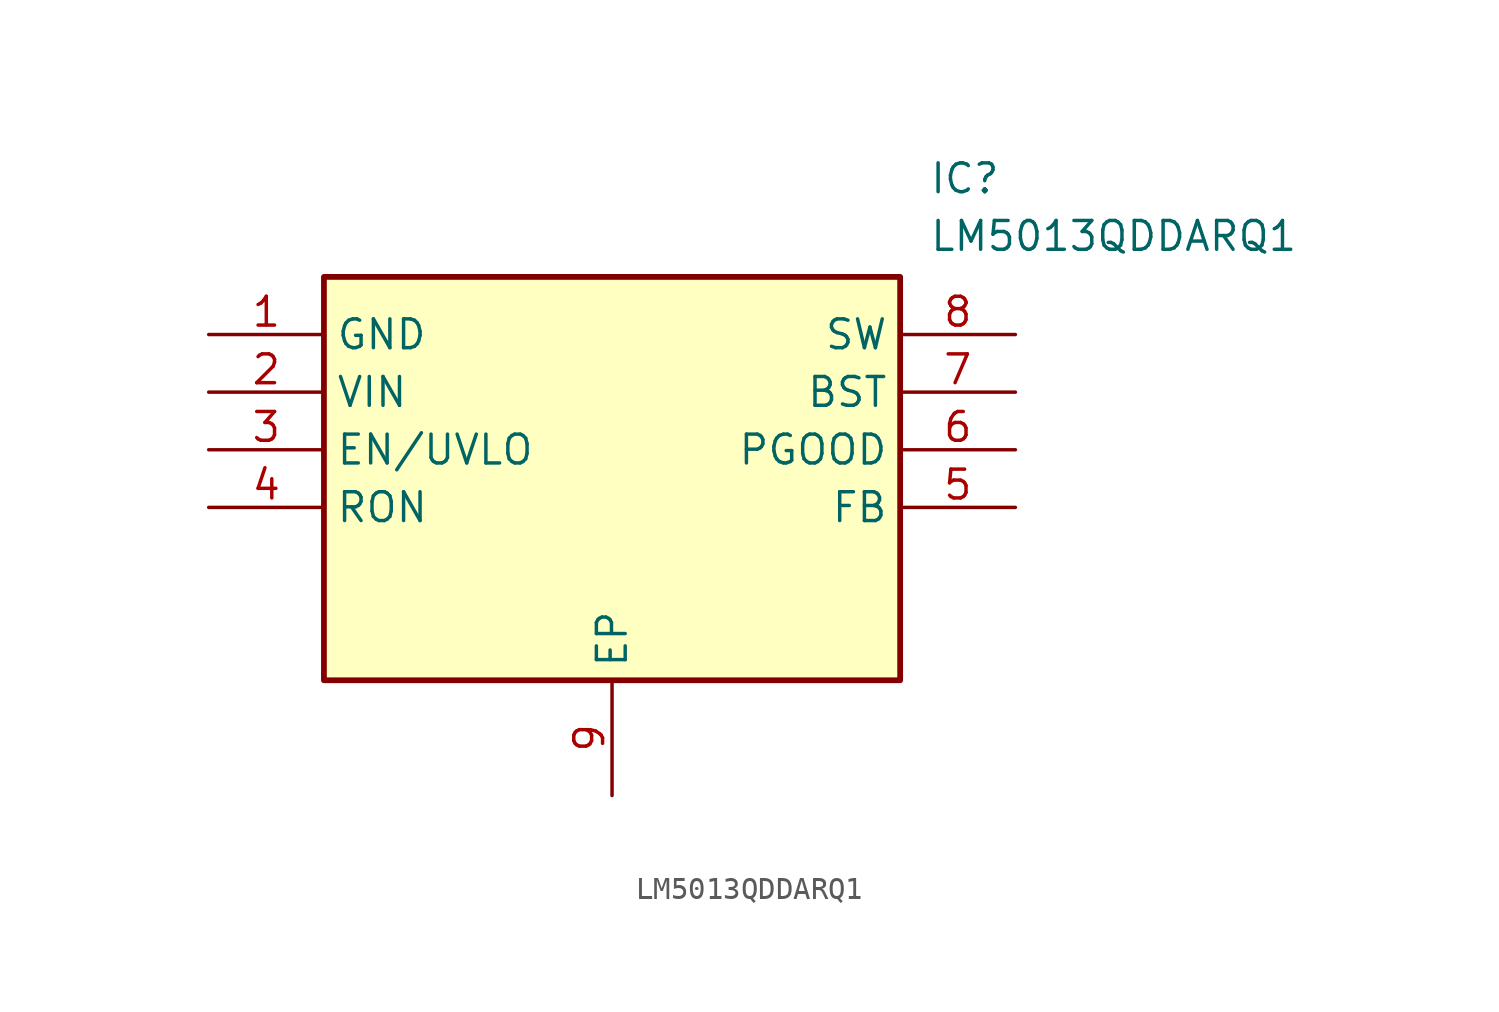
<source format=kicad_sym>
(kicad_symbol_lib
  (version 20211014)
  (generator SamacSys_ECAD_Model)
  (symbol "LM5013QDDARQ1"
    (property "Reference" "IC"
      (at 31.75 7.62 0)
      (effects (font (size 1.27 1.27)) (justify left top)))
    (property "Value" "LM5013QDDARQ1"
      (at 31.75 5.08 0)
      (effects (font (size 1.27 1.27)) (justify left top)))
    (rectangle
      (start 5.08 2.54)
      (end 30.48 -15.24)
      (stroke (width 0.254) (type default))
      (fill (type background)))
    (pin passive line
      (at 0 0 0)
      (length 5.08)
      (name "GND" (effects (font (size 1.27 1.27))))
      (number "1" (effects (font (size 1.27 1.27)))))
    (pin passive line
      (at 0 -2.54 0)
      (length 5.08)
      (name "VIN" (effects (font (size 1.27 1.27))))
      (number "2" (effects (font (size 1.27 1.27)))))
    (pin passive line
      (at 0 -5.08 0)
      (length 5.08)
      (name "EN/UVLO" (effects (font (size 1.27 1.27))))
      (number "3" (effects (font (size 1.27 1.27)))))
    (pin passive line
      (at 0 -7.62 0)
      (length 5.08)
      (name "RON" (effects (font (size 1.27 1.27))))
      (number "4" (effects (font (size 1.27 1.27)))))
    (pin passive line
      (at 17.78 -20.32 90)
      (length 5.08)
      (name "EP" (effects (font (size 1.27 1.27))))
      (number "9" (effects (font (size 1.27 1.27)))))
    (pin passive line
      (at 35.56 0 180)
      (length 5.08)
      (name "SW" (effects (font (size 1.27 1.27))))
      (number "8" (effects (font (size 1.27 1.27)))))
    (pin passive line
      (at 35.56 -2.54 180)
      (length 5.08)
      (name "BST" (effects (font (size 1.27 1.27))))
      (number "7" (effects (font (size 1.27 1.27)))))
    (pin passive line
      (at 35.56 -5.08 180)
      (length 5.08)
      (name "PGOOD" (effects (font (size 1.27 1.27))))
      (number "6" (effects (font (size 1.27 1.27)))))
    (pin passive line
      (at 35.56 -7.62 180)
      (length 5.08)
      (name "FB" (effects (font (size 1.27 1.27))))
      (number "5" (effects (font (size 1.27 1.27)))))))
</source>
